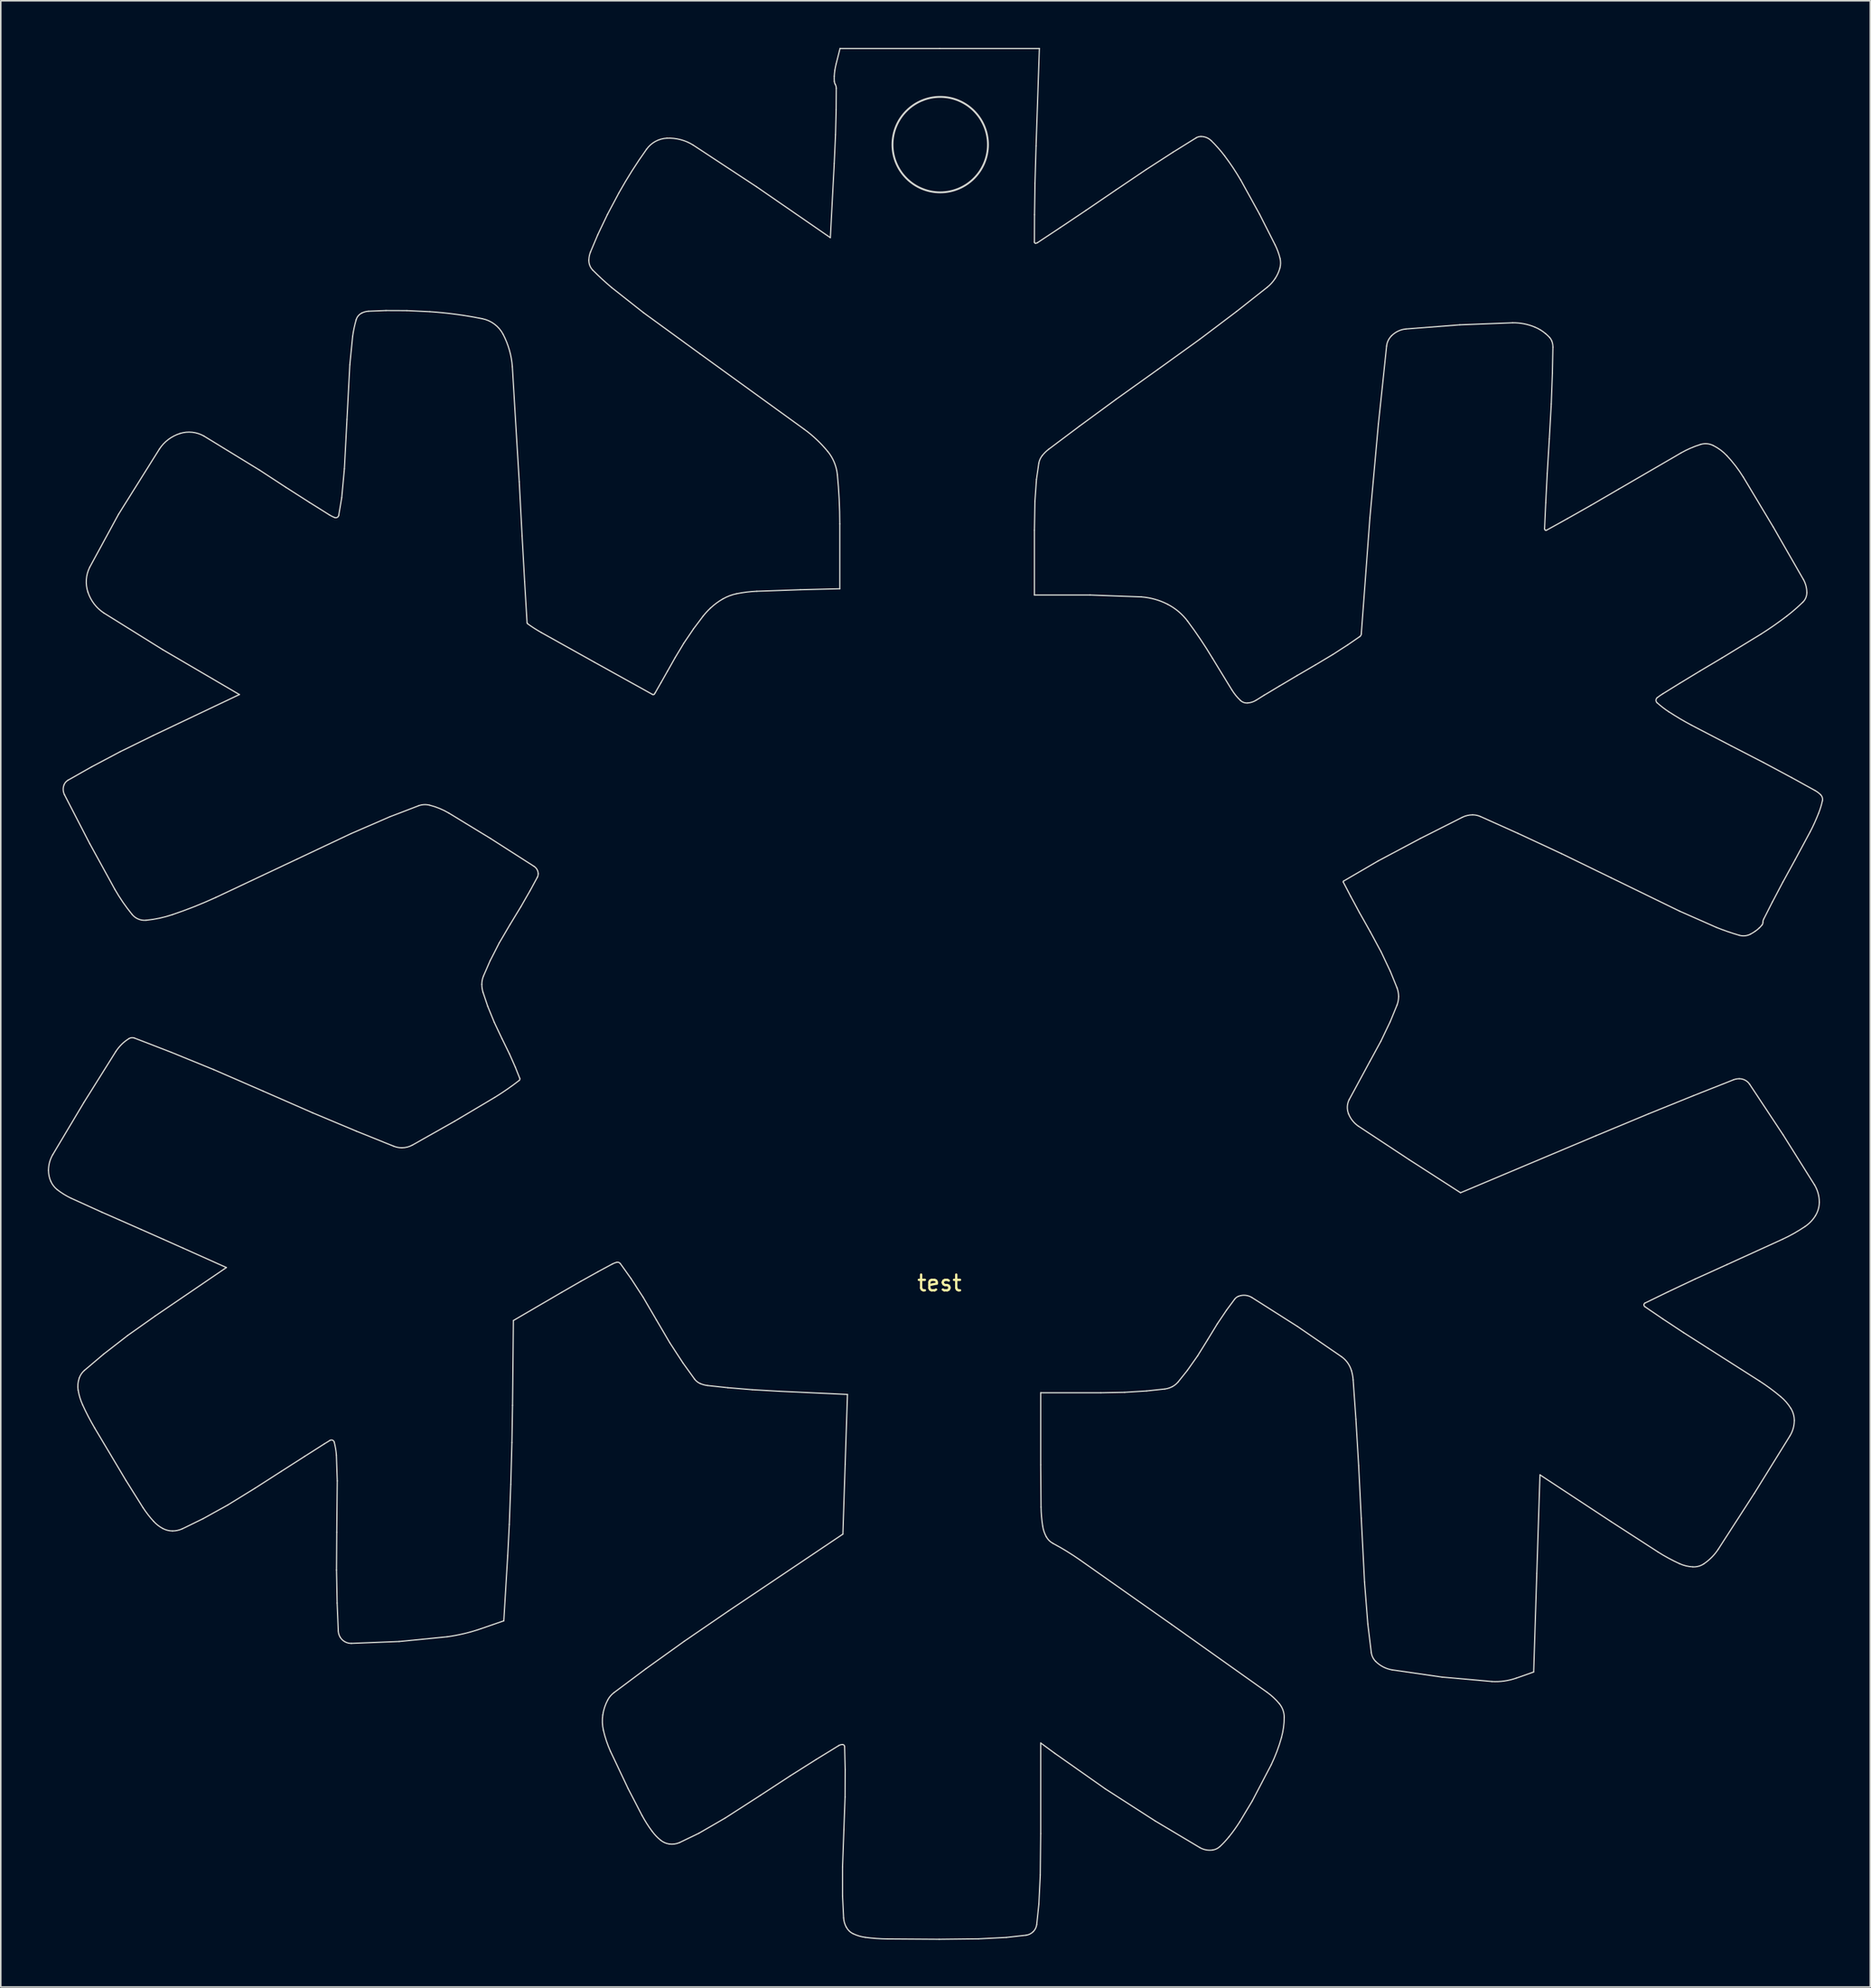
<source format=kicad_pcb>
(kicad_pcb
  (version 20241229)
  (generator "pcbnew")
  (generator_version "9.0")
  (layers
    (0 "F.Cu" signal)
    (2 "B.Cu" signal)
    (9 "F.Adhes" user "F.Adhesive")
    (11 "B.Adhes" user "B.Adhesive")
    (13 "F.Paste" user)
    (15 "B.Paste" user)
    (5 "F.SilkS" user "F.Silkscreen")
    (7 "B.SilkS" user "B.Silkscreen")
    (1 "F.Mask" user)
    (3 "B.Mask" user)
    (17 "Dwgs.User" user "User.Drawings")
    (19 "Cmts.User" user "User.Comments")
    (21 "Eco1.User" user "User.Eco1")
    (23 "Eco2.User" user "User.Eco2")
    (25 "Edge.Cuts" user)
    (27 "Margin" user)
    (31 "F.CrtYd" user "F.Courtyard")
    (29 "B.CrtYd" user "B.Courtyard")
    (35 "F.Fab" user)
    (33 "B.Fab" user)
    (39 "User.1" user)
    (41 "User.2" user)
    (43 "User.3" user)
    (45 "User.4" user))
  (footprint "test"
    (layer "F.Cu")
    (at 56.789 79.16)
    (property "Reference" "test" (at 0 -0.5 0) (unlocked yes) (layer "F.SilkS") (effects (font (size 1 1) (thickness 0.15))))
    (attr smd)
    (fp_line (start -55.731 -31.601) (end -54.121 -28.485) (stroke (width 0.08) (type solid)) (layer "Edge.Cuts"))
    (fp_line (start -55.315 -5.911) (end -53.349 -5.018) (stroke (width 0.08) (type solid)) (layer "Edge.Cuts"))
    (fp_line (start -54.497 -12.004) (end -56.477 -8.686) (stroke (width 0.08) (type solid)) (layer "Edge.Cuts"))
    (fp_line (start -54.121 -28.485) (end -52.521 -25.573) (stroke (width 0.08) (type solid)) (layer "Edge.Cuts"))
    (fp_line (start -54.005 -33.378) (end -55.507 -32.527) (stroke (width 0.08) (type solid)) (layer "Edge.Cuts"))
    (fp_line (start -53.808 8.725) (end -51.811 12.072) (stroke (width 0.08) (type solid)) (layer "Edge.Cuts"))
    (fp_line (start -53.349 -5.018) (end -52.232 -4.528) (stroke (width 0.08) (type solid)) (layer "Edge.Cuts"))
    (fp_line (start -53.245 4.025) (end -54.468 5.061) (stroke (width 0.08) (type solid)) (layer "Edge.Cuts"))
    (fp_line (start -53.227 -43.177) (end -49.47 -40.837) (stroke (width 0.08) (type solid)) (layer "Edge.Cuts"))
    (fp_line (start -52.463 -15.248) (end -54.497 -12.004) (stroke (width 0.08) (type solid)) (layer "Edge.Cuts"))
    (fp_line (start -52.287 -49.464) (end -54.127 -46.085) (stroke (width 0.08) (type solid)) (layer "Edge.Cuts"))
    (fp_line (start -52.232 -4.528) (end -50.842 -3.915) (stroke (width 0.08) (type solid)) (layer "Edge.Cuts"))
    (fp_line (start -52.188 -34.34) (end -54.005 -33.378) (stroke (width 0.08) (type solid)) (layer "Edge.Cuts"))
    (fp_line (start -51.811 12.072) (end -50.733 13.791) (stroke (width 0.08) (type solid)) (layer "Edge.Cuts"))
    (fp_line (start -51.713 2.837) (end -53.245 4.025) (stroke (width 0.08) (type solid)) (layer "Edge.Cuts"))
    (fp_line (start -50.842 -3.915) (end -49.417 -3.283) (stroke (width 0.08) (type solid)) (layer "Edge.Cuts"))
    (fp_line (start -50.073 -35.378) (end -52.188 -34.34) (stroke (width 0.08) (type solid)) (layer "Edge.Cuts"))
    (fp_line (start -49.954 1.592) (end -51.713 2.837) (stroke (width 0.08) (type solid)) (layer "Edge.Cuts"))
    (fp_line (start -49.684 -53.617) (end -52.287 -49.464) (stroke (width 0.08) (type solid)) (layer "Edge.Cuts"))
    (fp_line (start -49.47 -40.837) (end -44.592 -37.982) (stroke (width 0.08) (type solid)) (layer "Edge.Cuts"))
    (fp_line (start -49.417 -3.283) (end -48.184 -2.733) (stroke (width 0.08) (type solid)) (layer "Edge.Cuts"))
    (fp_line (start -48.936 -15.203) (end -51.279 -16.109) (stroke (width 0.08) (type solid)) (layer "Edge.Cuts"))
    (fp_line (start -48.226 15.144) (end -46.906 14.499) (stroke (width 0.08) (type solid)) (layer "Edge.Cuts"))
    (fp_line (start -48.184 -2.733) (end -45.419 -1.495) (stroke (width 0.08) (type solid)) (layer "Edge.Cuts"))
    (fp_line (start -46.906 14.499) (end -45.324 13.623) (stroke (width 0.08) (type solid)) (layer "Edge.Cuts"))
    (fp_line (start -46.223 -14.096) (end -48.936 -15.203) (stroke (width 0.08) (type solid)) (layer "Edge.Cuts"))
    (fp_line (start -46.09 -25.064) (end -40.922 -27.501) (stroke (width 0.08) (type solid)) (layer "Edge.Cuts"))
    (fp_line (start -45.419 -1.495) (end -49.954 1.592) (stroke (width 0.08) (type solid)) (layer "Edge.Cuts"))
    (fp_line (start -45.324 13.623) (end -43.588 12.553) (stroke (width 0.08) (type solid)) (layer "Edge.Cuts"))
    (fp_line (start -44.592 -37.982) (end -50.073 -35.378) (stroke (width 0.08) (type solid)) (layer "Edge.Cuts"))
    (fp_line (start -43.588 12.553) (end -41.925 11.486) (stroke (width 0.08) (type solid)) (layer "Edge.Cuts"))
    (fp_line (start -43.312 -52.277) (end -46.848 -54.442) (stroke (width 0.08) (type solid)) (layer "Edge.Cuts"))
    (fp_line (start -43.085 -12.731) (end -46.223 -14.096) (stroke (width 0.08) (type solid)) (layer "Edge.Cuts"))
    (fp_line (start -41.925 11.486) (end -40.439 10.535) (stroke (width 0.08) (type solid)) (layer "Edge.Cuts"))
    (fp_line (start -41.628 -51.177) (end -43.312 -52.277) (stroke (width 0.08) (type solid)) (layer "Edge.Cuts"))
    (fp_line (start -40.922 -27.501) (end -37.479 -29.127) (stroke (width 0.08) (type solid)) (layer "Edge.Cuts"))
    (fp_line (start -40.439 10.535) (end -39.184 9.736) (stroke (width 0.08) (type solid)) (layer "Edge.Cuts"))
    (fp_line (start -40.129 -50.219) (end -41.628 -51.177) (stroke (width 0.08) (type solid)) (layer "Edge.Cuts"))
    (fp_line (start -39.925 -11.347) (end -43.085 -12.731) (stroke (width 0.08) (type solid)) (layer "Edge.Cuts"))
    (fp_line (start -39.184 9.736) (end -38.82 9.511) (stroke (width 0.08) (type solid)) (layer "Edge.Cuts"))
    (fp_line (start -38.852 -49.419) (end -40.129 -50.219) (stroke (width 0.08) (type solid)) (layer "Edge.Cuts"))
    (fp_line (start -38.412 10.456) (end -38.356 12.089) (stroke (width 0.08) (type solid)) (layer "Edge.Cuts"))
    (fp_line (start -38.404 17.765) (end -38.364 19.873) (stroke (width 0.08) (type solid)) (layer "Edge.Cuts"))
    (fp_line (start -38.389 15.364) (end -38.404 17.765) (stroke (width 0.08) (type solid)) (layer "Edge.Cuts"))
    (fp_line (start -38.364 19.873) (end -38.291 21.648) (stroke (width 0.08) (type solid)) (layer "Edge.Cuts"))
    (fp_line (start -38.356 12.089) (end -38.389 15.364) (stroke (width 0.08) (type solid)) (layer "Edge.Cuts"))
    (fp_line (start -38.073 -50.518) (end -38.261 -49.393) (stroke (width 0.08) (type solid)) (layer "Edge.Cuts"))
    (fp_line (start -37.903 -52.357) (end -38.073 -50.518) (stroke (width 0.08) (type solid)) (layer "Edge.Cuts"))
    (fp_line (start -37.737 -55.506) (end -37.903 -52.357) (stroke (width 0.08) (type solid)) (layer "Edge.Cuts"))
    (fp_line (start -37.556 -58.984) (end -37.737 -55.506) (stroke (width 0.08) (type solid)) (layer "Edge.Cuts"))
    (fp_line (start -37.479 -29.127) (end -34.994 -30.205) (stroke (width 0.08) (type solid)) (layer "Edge.Cuts"))
    (fp_line (start -37.457 22.44) (end -34.413 22.319) (stroke (width 0.08) (type solid)) (layer "Edge.Cuts"))
    (fp_line (start -37.378 -60.792) (end -37.556 -58.984) (stroke (width 0.08) (type solid)) (layer "Edge.Cuts"))
    (fp_line (start -37.144 -10.181) (end -39.925 -11.347) (stroke (width 0.08) (type solid)) (layer "Edge.Cuts"))
    (fp_line (start -35.256 -62.434) (end -36.363 -62.391) (stroke (width 0.08) (type solid)) (layer "Edge.Cuts"))
    (fp_line (start -34.994 -30.205) (end -33.169 -30.904) (stroke (width 0.08) (type solid)) (layer "Edge.Cuts"))
    (fp_line (start -34.762 -9.22) (end -37.144 -10.181) (stroke (width 0.08) (type solid)) (layer "Edge.Cuts"))
    (fp_line (start -34.413 22.319) (end -31.354 22.018) (stroke (width 0.08) (type solid)) (layer "Edge.Cuts"))
    (fp_line (start -33.92 -62.429) (end -35.256 -62.434) (stroke (width 0.08) (type solid)) (layer "Edge.Cuts"))
    (fp_line (start -32.46 -62.36) (end -33.92 -62.429) (stroke (width 0.08) (type solid)) (layer "Edge.Cuts"))
    (fp_line (start -31.247 -30.433) (end -28.591 -28.814) (stroke (width 0.08) (type solid)) (layer "Edge.Cuts"))
    (fp_line (start -30.881 -10.811) (end -33.566 -9.295) (stroke (width 0.08) (type solid)) (layer "Edge.Cuts"))
    (fp_line (start -29.215 21.509) (end -27.749 21.003) (stroke (width 0.08) (type solid)) (layer "Edge.Cuts"))
    (fp_line (start -29.072 -19.017) (end -28.772 -18.131) (stroke (width 0.08) (type solid)) (layer "Edge.Cuts"))
    (fp_line (start -28.772 -18.131) (end -28.357 -17.111) (stroke (width 0.08) (type solid)) (layer "Edge.Cuts"))
    (fp_line (start -28.62 -21.029) (end -29.048 -20.05) (stroke (width 0.08) (type solid)) (layer "Edge.Cuts"))
    (fp_line (start -28.591 -28.814) (end -25.817 -27.038) (stroke (width 0.08) (type solid)) (layer "Edge.Cuts"))
    (fp_line (start -28.357 -17.111) (end -27.866 -16.076) (stroke (width 0.08) (type solid)) (layer "Edge.Cuts"))
    (fp_line (start -28.323 -12.331) (end -30.881 -10.811) (stroke (width 0.08) (type solid)) (layer "Edge.Cuts"))
    (fp_line (start -28.038 -22.167) (end -28.62 -21.029) (stroke (width 0.08) (type solid)) (layer "Edge.Cuts"))
    (fp_line (start -27.866 -16.076) (end -27.388 -15.098) (stroke (width 0.08) (type solid)) (layer "Edge.Cuts"))
    (fp_line (start -27.749 21.003) (end -27.498 16.841) (stroke (width 0.08) (type solid)) (layer "Edge.Cuts"))
    (fp_line (start -27.498 16.841) (end -27.398 14.864) (stroke (width 0.08) (type solid)) (layer "Edge.Cuts"))
    (fp_line (start -27.398 14.864) (end -27.305 12.316) (stroke (width 0.08) (type solid)) (layer "Edge.Cuts"))
    (fp_line (start -27.388 -15.098) (end -27.014 -14.252) (stroke (width 0.08) (type solid)) (layer "Edge.Cuts"))
    (fp_line (start -27.349 -23.341) (end -28.038 -22.167) (stroke (width 0.08) (type solid)) (layer "Edge.Cuts"))
    (fp_line (start -27.305 12.316) (end -27.232 9.651) (stroke (width 0.08) (type solid)) (layer "Edge.Cuts"))
    (fp_line (start -27.232 9.651) (end -27.193 7.28) (stroke (width 0.08) (type solid)) (layer "Edge.Cuts"))
    (fp_line (start -27.193 7.28) (end -27.139 1.88) (stroke (width 0.08) (type solid)) (layer "Edge.Cuts"))
    (fp_line (start -27.139 1.88) (end -24.055 0.08) (stroke (width 0.08) (type solid)) (layer "Edge.Cuts"))
    (fp_line (start -27.014 -14.252) (end -26.73 -13.54) (stroke (width 0.08) (type solid)) (layer "Edge.Cuts"))
    (fp_line (start -26.765 -51.535) (end -27.205 -58.851) (stroke (width 0.08) (type solid)) (layer "Edge.Cuts"))
    (fp_line (start -26.66 -24.473) (end -27.349 -23.341) (stroke (width 0.08) (type solid)) (layer "Edge.Cuts"))
    (fp_line (start -26.585 -48.085) (end -26.765 -51.535) (stroke (width 0.08) (type solid)) (layer "Edge.Cuts"))
    (fp_line (start -26.421 -45.171) (end -26.585 -48.085) (stroke (width 0.08) (type solid)) (layer "Edge.Cuts"))
    (fp_line (start -26.266 -42.555) (end -26.421 -45.171) (stroke (width 0.08) (type solid)) (layer "Edge.Cuts"))
    (fp_line (start -26.08 -25.482) (end -26.66 -24.473) (stroke (width 0.08) (type solid)) (layer "Edge.Cuts"))
    (fp_line (start -25.612 -26.343) (end -26.08 -25.482) (stroke (width 0.08) (type solid)) (layer "Edge.Cuts"))
    (fp_line (start -24.055 0.08) (end -22.844 -0.617) (stroke (width 0.08) (type solid)) (layer "Edge.Cuts"))
    (fp_line (start -22.844 -0.617) (end -21.756 -1.223) (stroke (width 0.08) (type solid)) (layer "Edge.Cuts"))
    (fp_line (start -21.972 -40.039) (end -25.359 -41.93) (stroke (width 0.08) (type solid)) (layer "Edge.Cuts"))
    (fp_line (start -21.763 -67.262) (end -22.226 -66.163) (stroke (width 0.08) (type solid)) (layer "Edge.Cuts"))
    (fp_line (start -21.756 -1.223) (end -20.834 -1.721) (stroke (width 0.08) (type solid)) (layer "Edge.Cuts"))
    (fp_line (start -21.147 -68.554) (end -21.763 -67.262) (stroke (width 0.08) (type solid)) (layer "Edge.Cuts"))
    (fp_line (start -20.952 29.315) (end -19.833 31.68) (stroke (width 0.08) (type solid)) (layer "Edge.Cuts"))
    (fp_line (start -20.876 -63.897) (end -18.852 -62.299) (stroke (width 0.08) (type solid)) (layer "Edge.Cuts"))
    (fp_line (start -20.421 -69.92) (end -21.147 -68.554) (stroke (width 0.08) (type solid)) (layer "Edge.Cuts"))
    (fp_line (start -20.325 -1.745) (end -19.648 -0.796) (stroke (width 0.08) (type solid)) (layer "Edge.Cuts"))
    (fp_line (start -19.833 31.68) (end -18.944 33.396) (stroke (width 0.08) (type solid)) (layer "Edge.Cuts"))
    (fp_line (start -19.648 -0.796) (end -18.873 0.398) (stroke (width 0.08) (type solid)) (layer "Edge.Cuts"))
    (fp_line (start -18.873 0.398) (end -18.031 1.836) (stroke (width 0.08) (type solid)) (layer "Edge.Cuts"))
    (fp_line (start -18.852 -62.299) (end -15.249 -59.677) (stroke (width 0.08) (type solid)) (layer "Edge.Cuts"))
    (fp_line (start -18.695 24.054) (end -20.728 25.574) (stroke (width 0.08) (type solid)) (layer "Edge.Cuts"))
    (fp_line (start -18.268 -37.983) (end -21.972 -40.039) (stroke (width 0.08) (type solid)) (layer "Edge.Cuts"))
    (fp_line (start -18.031 1.836) (end -17.171 3.302) (stroke (width 0.08) (type solid)) (layer "Edge.Cuts"))
    (fp_line (start -17.738 -38.736) (end -18.103 -38.096) (stroke (width 0.08) (type solid)) (layer "Edge.Cuts"))
    (fp_line (start -17.319 -39.474) (end -17.738 -38.736) (stroke (width 0.08) (type solid)) (layer "Edge.Cuts"))
    (fp_line (start -17.171 3.302) (end -16.335 4.584) (stroke (width 0.08) (type solid)) (layer "Edge.Cuts"))
    (fp_line (start -16.837 -40.329) (end -17.319 -39.474) (stroke (width 0.08) (type solid)) (layer "Edge.Cuts"))
    (fp_line (start -16.554 35.123) (end -15.32 34.528) (stroke (width 0.08) (type solid)) (layer "Edge.Cuts"))
    (fp_line (start -16.335 4.584) (end -15.597 5.61) (stroke (width 0.08) (type solid)) (layer "Edge.Cuts"))
    (fp_line (start -16.287 -41.244) (end -16.837 -40.329) (stroke (width 0.08) (type solid)) (layer "Edge.Cuts"))
    (fp_line (start -16.25 22.301) (end -18.695 24.054) (stroke (width 0.08) (type solid)) (layer "Edge.Cuts"))
    (fp_line (start -15.662 -42.168) (end -16.287 -41.244) (stroke (width 0.08) (type solid)) (layer "Edge.Cuts"))
    (fp_line (start -15.32 34.528) (end -13.653 33.564) (stroke (width 0.08) (type solid)) (layer "Edge.Cuts"))
    (fp_line (start -15.249 -59.677) (end -8.611 -54.874) (stroke (width 0.08) (type solid)) (layer "Edge.Cuts"))
    (fp_line (start -15.056 -42.974) (end -15.662 -42.168) (stroke (width 0.08) (type solid)) (layer "Edge.Cuts"))
    (fp_line (start -14.768 6.018) (end -13.473 6.158) (stroke (width 0.08) (type solid)) (layer "Edge.Cuts"))
    (fp_line (start -13.653 33.564) (end -11.398 32.112) (stroke (width 0.08) (type solid)) (layer "Edge.Cuts"))
    (fp_line (start -13.473 6.158) (end -11.918 6.287) (stroke (width 0.08) (type solid)) (layer "Edge.Cuts"))
    (fp_line (start -13.43 20.37) (end -16.25 22.301) (stroke (width 0.08) (type solid)) (layer "Edge.Cuts"))
    (fp_line (start -11.918 6.287) (end -10.204 6.385) (stroke (width 0.08) (type solid)) (layer "Edge.Cuts"))
    (fp_line (start -11.658 -70.323) (end -15.687 -72.972) (stroke (width 0.08) (type solid)) (layer "Edge.Cuts"))
    (fp_line (start -11.398 32.112) (end -9.503 30.874) (stroke (width 0.08) (type solid)) (layer "Edge.Cuts"))
    (fp_line (start -10.204 6.385) (end -5.859 6.586) (stroke (width 0.08) (type solid)) (layer "Edge.Cuts"))
    (fp_line (start -9.503 30.874) (end -7.85 29.83) (stroke (width 0.08) (type solid)) (layer "Edge.Cuts"))
    (fp_line (start -8.849 -44.657) (end -11.635 -44.559) (stroke (width 0.08) (type solid)) (layer "Edge.Cuts"))
    (fp_line (start -7.85 29.83) (end -6.415 28.948) (stroke (width 0.08) (type solid)) (layer "Edge.Cuts"))
    (fp_line (start -6.949 -67.075) (end -11.658 -70.323) (stroke (width 0.08) (type solid)) (layer "Edge.Cuts"))
    (fp_line (start -6.7 -71.798) (end -6.949 -67.075) (stroke (width 0.08) (type solid)) (layer "Edge.Cuts"))
    (fp_line (start -6.618 -73.631) (end -6.7 -71.798) (stroke (width 0.08) (type solid)) (layer "Edge.Cuts"))
    (fp_line (start -6.579 -75.228) (end -6.618 -73.631) (stroke (width 0.08) (type solid)) (layer "Edge.Cuts"))
    (fp_line (start -6.57 -76.587) (end -6.579 -75.228) (stroke (width 0.08) (type solid)) (layer "Edge.Cuts"))
    (fp_line (start -6.349 -48.85) (end -6.349 -44.72) (stroke (width 0.08) (type solid)) (layer "Edge.Cuts"))
    (fp_line (start -6.349 -44.72) (end -8.849 -44.657) (stroke (width 0.08) (type solid)) (layer "Edge.Cuts"))
    (fp_line (start -6.334 -79.12) (end -6.579 -78.143) (stroke (width 0.08) (type solid)) (layer "Edge.Cuts"))
    (fp_line (start -6.171 36.675) (end -6.171 38.526) (stroke (width 0.08) (type solid)) (layer "Edge.Cuts"))
    (fp_line (start -6.171 38.526) (end -6.103 39.922) (stroke (width 0.08) (type solid)) (layer "Edge.Cuts"))
    (fp_line (start -6.149 15.48) (end -13.43 20.37) (stroke (width 0.08) (type solid)) (layer "Edge.Cuts"))
    (fp_line (start -6.085 34.309) (end -6.171 36.675) (stroke (width 0.08) (type solid)) (layer "Edge.Cuts"))
    (fp_line (start -6.038 29.01) (end -6.003 30.471) (stroke (width 0.08) (type solid)) (layer "Edge.Cuts"))
    (fp_line (start -6.01 32.223) (end -6.085 34.309) (stroke (width 0.08) (type solid)) (layer "Edge.Cuts"))
    (fp_line (start -6.004 11.033) (end -6.149 15.48) (stroke (width 0.08) (type solid)) (layer "Edge.Cuts"))
    (fp_line (start -6.003 30.471) (end -6.01 32.223) (stroke (width 0.08) (type solid)) (layer "Edge.Cuts"))
    (fp_line (start -5.859 6.586) (end -6.004 11.033) (stroke (width 0.08) (type solid)) (layer "Edge.Cuts"))
    (fp_line (start -3.301 41.259) (end -0.015 41.28) (stroke (width 0.08) (type solid)) (layer "Edge.Cuts"))
    (fp_line (start -0.015 41.28) (end 2.486 41.253) (stroke (width 0.08) (type solid)) (layer "Edge.Cuts"))
    (fp_line (start 0.016 -79.12) (end -6.334 -79.12) (stroke (width 0.08) (type solid)) (layer "Edge.Cuts"))
    (fp_line (start 2.486 41.253) (end 4.261 41.163) (stroke (width 0.08) (type solid)) (layer "Edge.Cuts"))
    (fp_line (start 4.261 41.163) (end 5.522 41.024) (stroke (width 0.08) (type solid)) (layer "Edge.Cuts"))
    (fp_line (start 6.05 -66.79) (end 6.057 -68.541) (stroke (width 0.08) (type solid)) (layer "Edge.Cuts"))
    (fp_line (start 6.051 -48.444) (end 6.081 -50.272) (stroke (width 0.08) (type solid)) (layer "Edge.Cuts"))
    (fp_line (start 6.051 -44.32) (end 6.051 -48.444) (stroke (width 0.08) (type solid)) (layer "Edge.Cuts"))
    (fp_line (start 6.057 -68.541) (end 6.086 -70.543) (stroke (width 0.08) (type solid)) (layer "Edge.Cuts"))
    (fp_line (start 6.081 -50.272) (end 6.179 -51.677) (stroke (width 0.08) (type solid)) (layer "Edge.Cuts"))
    (fp_line (start 6.086 -70.543) (end 6.154 -72.92) (stroke (width 0.08) (type solid)) (layer "Edge.Cuts"))
    (fp_line (start 6.154 -72.92) (end 6.366 -79.12) (stroke (width 0.08) (type solid)) (layer "Edge.Cuts"))
    (fp_line (start 6.179 -51.677) (end 6.329 -52.712) (stroke (width 0.08) (type solid)) (layer "Edge.Cuts"))
    (fp_line (start 6.196 40.344) (end 6.334 39.035) (stroke (width 0.08) (type solid)) (layer "Edge.Cuts"))
    (fp_line (start 6.334 39.035) (end 6.424 37.184) (stroke (width 0.08) (type solid)) (layer "Edge.Cuts"))
    (fp_line (start 6.366 -79.12) (end 0.016 -79.12) (stroke (width 0.08) (type solid)) (layer "Edge.Cuts"))
    (fp_line (start 6.424 37.184) (end 6.451 34.551) (stroke (width 0.08) (type solid)) (layer "Edge.Cuts"))
    (fp_line (start 6.451 6.48) (end 10.277 6.48) (stroke (width 0.08) (type solid)) (layer "Edge.Cuts"))
    (fp_line (start 6.451 11.066) (end 6.451 6.48) (stroke (width 0.08) (type solid)) (layer "Edge.Cuts"))
    (fp_line (start 6.451 28.782) (end 7.351 29.442) (stroke (width 0.08) (type solid)) (layer "Edge.Cuts"))
    (fp_line (start 6.451 34.551) (end 6.451 28.782) (stroke (width 0.08) (type solid)) (layer "Edge.Cuts"))
    (fp_line (start 6.473 13.758) (end 6.451 11.066) (stroke (width 0.08) (type solid)) (layer "Edge.Cuts"))
    (fp_line (start 6.962 -53.604) (end 8.917 -55.071) (stroke (width 0.08) (type solid)) (layer "Edge.Cuts"))
    (fp_line (start 7.351 29.442) (end 10.569 31.706) (stroke (width 0.08) (type solid)) (layer "Edge.Cuts"))
    (fp_line (start 7.7 -67.719) (end 6.248 -66.759) (stroke (width 0.08) (type solid)) (layer "Edge.Cuts"))
    (fp_line (start 8.917 -55.071) (end 11.242 -56.776) (stroke (width 0.08) (type solid)) (layer "Edge.Cuts"))
    (fp_line (start 9.339 -68.817) (end 7.7 -67.719) (stroke (width 0.08) (type solid)) (layer "Edge.Cuts"))
    (fp_line (start 9.591 -44.32) (end 6.051 -44.32) (stroke (width 0.08) (type solid)) (layer "Edge.Cuts"))
    (fp_line (start 10.277 6.48) (end 11.796 6.451) (stroke (width 0.08) (type solid)) (layer "Edge.Cuts"))
    (fp_line (start 10.569 31.706) (end 13.74 33.746) (stroke (width 0.08) (type solid)) (layer "Edge.Cuts"))
    (fp_line (start 11.242 -56.776) (end 13.904 -58.677) (stroke (width 0.08) (type solid)) (layer "Edge.Cuts"))
    (fp_line (start 11.251 -70.12) (end 9.339 -68.817) (stroke (width 0.08) (type solid)) (layer "Edge.Cuts"))
    (fp_line (start 11.796 6.451) (end 13.194 6.365) (stroke (width 0.08) (type solid)) (layer "Edge.Cuts"))
    (fp_line (start 12.86 -44.201) (end 9.591 -44.32) (stroke (width 0.08) (type solid)) (layer "Edge.Cuts"))
    (fp_line (start 13.183 -71.423) (end 11.251 -70.12) (stroke (width 0.08) (type solid)) (layer "Edge.Cuts"))
    (fp_line (start 13.194 6.365) (end 14.353 6.242) (stroke (width 0.08) (type solid)) (layer "Edge.Cuts"))
    (fp_line (start 13.74 33.746) (end 16.581 35.44) (stroke (width 0.08) (type solid)) (layer "Edge.Cuts"))
    (fp_line (start 13.904 -58.677) (end 16.576 -60.601) (stroke (width 0.08) (type solid)) (layer "Edge.Cuts"))
    (fp_line (start 14.788 21.235) (end 8.967 17.137) (stroke (width 0.08) (type solid)) (layer "Edge.Cuts"))
    (fp_line (start 14.883 -72.521) (end 13.183 -71.423) (stroke (width 0.08) (type solid)) (layer "Edge.Cuts"))
    (fp_line (start 15.205 5.79) (end 15.796 5.051) (stroke (width 0.08) (type solid)) (layer "Edge.Cuts"))
    (fp_line (start 15.796 5.051) (end 16.448 4.125) (stroke (width 0.08) (type solid)) (layer "Edge.Cuts"))
    (fp_line (start 16.349 -73.432) (end 14.883 -72.521) (stroke (width 0.08) (type solid)) (layer "Edge.Cuts"))
    (fp_line (start 16.448 4.125) (end 17.083 3.103) (stroke (width 0.08) (type solid)) (layer "Edge.Cuts"))
    (fp_line (start 16.576 -60.601) (end 18.93 -62.379) (stroke (width 0.08) (type solid)) (layer "Edge.Cuts"))
    (fp_line (start 17.083 3.103) (end 17.697 2.096) (stroke (width 0.08) (type solid)) (layer "Edge.Cuts"))
    (fp_line (start 17.697 2.096) (end 18.287 1.22) (stroke (width 0.08) (type solid)) (layer "Edge.Cuts"))
    (fp_line (start 18.287 1.22) (end 18.806 0.518) (stroke (width 0.08) (type solid)) (layer "Edge.Cuts"))
    (fp_line (start 18.628 -38.275) (end 17.395 -40.29) (stroke (width 0.08) (type solid)) (layer "Edge.Cuts"))
    (fp_line (start 18.93 -62.379) (end 20.869 -63.909) (stroke (width 0.08) (type solid)) (layer "Edge.Cuts"))
    (fp_line (start 19.125 33.807) (end 19.923 32.48) (stroke (width 0.08) (type solid)) (layer "Edge.Cuts"))
    (fp_line (start 19.903 0.414) (end 22.81 2.261) (stroke (width 0.08) (type solid)) (layer "Edge.Cuts"))
    (fp_line (start 19.923 32.48) (end 21.13 30.175) (stroke (width 0.08) (type solid)) (layer "Edge.Cuts"))
    (fp_line (start 20.385 -68.582) (end 19.185 -70.756) (stroke (width 0.08) (type solid)) (layer "Edge.Cuts"))
    (fp_line (start 20.69 -37.944) (end 20.187 -37.631) (stroke (width 0.08) (type solid)) (layer "Edge.Cuts"))
    (fp_line (start 20.866 25.55) (end 14.788 21.235) (stroke (width 0.08) (type solid)) (layer "Edge.Cuts"))
    (fp_line (start 21.38 -66.621) (end 20.385 -68.582) (stroke (width 0.08) (type solid)) (layer "Edge.Cuts"))
    (fp_line (start 21.649 -38.518) (end 20.69 -37.944) (stroke (width 0.08) (type solid)) (layer "Edge.Cuts"))
    (fp_line (start 22.777 -39.186) (end 21.649 -38.518) (stroke (width 0.08) (type solid)) (layer "Edge.Cuts"))
    (fp_line (start 22.81 2.261) (end 25.613 4.184) (stroke (width 0.08) (type solid)) (layer "Edge.Cuts"))
    (fp_line (start 23.951 -39.871) (end 22.777 -39.186) (stroke (width 0.08) (type solid)) (layer "Edge.Cuts"))
    (fp_line (start 25.064 -40.537) (end 23.951 -39.871) (stroke (width 0.08) (type solid)) (layer "Edge.Cuts"))
    (fp_line (start 25.744 -26.105) (end 27.947 -27.388) (stroke (width 0.08) (type solid)) (layer "Edge.Cuts"))
    (fp_line (start 26.005 -41.144) (end 25.064 -40.537) (stroke (width 0.08) (type solid)) (layer "Edge.Cuts"))
    (fp_line (start 26.101 -12.188) (end 27.413 -14.612) (stroke (width 0.08) (type solid)) (layer "Edge.Cuts"))
    (fp_line (start 26.198 -25.13) (end 25.724 -26.035) (stroke (width 0.08) (type solid)) (layer "Edge.Cuts"))
    (fp_line (start 26.352 5.662) (end 26.527 8.164) (stroke (width 0.08) (type solid)) (layer "Edge.Cuts"))
    (fp_line (start 26.527 8.164) (end 26.704 11.118) (stroke (width 0.08) (type solid)) (layer "Edge.Cuts"))
    (fp_line (start 26.704 11.118) (end 26.869 14.467) (stroke (width 0.08) (type solid)) (layer "Edge.Cuts"))
    (fp_line (start 26.756 -24.095) (end 26.198 -25.13) (stroke (width 0.08) (type solid)) (layer "Edge.Cuts"))
    (fp_line (start 26.779 -41.676) (end 26.005 -41.144) (stroke (width 0.08) (type solid)) (layer "Edge.Cuts"))
    (fp_line (start 26.869 14.467) (end 27.077 18.536) (stroke (width 0.08) (type solid)) (layer "Edge.Cuts"))
    (fp_line (start 27.077 18.536) (end 27.287 21.198) (stroke (width 0.08) (type solid)) (layer "Edge.Cuts"))
    (fp_line (start 27.287 21.198) (end 27.509 23.033) (stroke (width 0.08) (type solid)) (layer "Edge.Cuts"))
    (fp_line (start 27.413 -14.612) (end 28.116 -15.902) (stroke (width 0.08) (type solid)) (layer "Edge.Cuts"))
    (fp_line (start 27.42 -49.239) (end 26.87 -41.838) (stroke (width 0.08) (type solid)) (layer "Edge.Cuts"))
    (fp_line (start 27.441 -22.879) (end 26.756 -24.095) (stroke (width 0.08) (type solid)) (layer "Edge.Cuts"))
    (fp_line (start 27.947 -27.388) (end 30.639 -28.819) (stroke (width 0.08) (type solid)) (layer "Edge.Cuts"))
    (fp_line (start 27.962 -55.219) (end 27.42 -49.239) (stroke (width 0.08) (type solid)) (layer "Edge.Cuts"))
    (fp_line (start 28.116 -15.902) (end 28.71 -17.145) (stroke (width 0.08) (type solid)) (layer "Edge.Cuts"))
    (fp_line (start 28.132 -21.599) (end 27.441 -22.879) (stroke (width 0.08) (type solid)) (layer "Edge.Cuts"))
    (fp_line (start 28.484 -60.172) (end 27.962 -55.219) (stroke (width 0.08) (type solid)) (layer "Edge.Cuts"))
    (fp_line (start 28.71 -17.145) (end 29.148 -18.208) (stroke (width 0.08) (type solid)) (layer "Edge.Cuts"))
    (fp_line (start 28.716 -20.366) (end 28.132 -21.599) (stroke (width 0.08) (type solid)) (layer "Edge.Cuts"))
    (fp_line (start 28.838 24.128) (end 32.018 24.585) (stroke (width 0.08) (type solid)) (layer "Edge.Cuts"))
    (fp_line (start 29.147 -19.309) (end 28.716 -20.366) (stroke (width 0.08) (type solid)) (layer "Edge.Cuts"))
    (fp_line (start 29.922 -8.362) (end 26.7 -10.487) (stroke (width 0.08) (type solid)) (layer "Edge.Cuts"))
    (fp_line (start 30.639 -28.819) (end 33.306 -30.166) (stroke (width 0.08) (type solid)) (layer "Edge.Cuts"))
    (fp_line (start 32.018 24.585) (end 35.191 24.868) (stroke (width 0.08) (type solid)) (layer "Edge.Cuts"))
    (fp_line (start 33.142 -61.526) (end 29.715 -61.261) (stroke (width 0.08) (type solid)) (layer "Edge.Cuts"))
    (fp_line (start 33.193 -6.257) (end 29.922 -8.362) (stroke (width 0.08) (type solid)) (layer "Edge.Cuts"))
    (fp_line (start 34.464 -30.213) (end 36.847 -29.144) (stroke (width 0.08) (type solid)) (layer "Edge.Cuts"))
    (fp_line (start 36.511 -61.655) (end 33.142 -61.526) (stroke (width 0.08) (type solid)) (layer "Edge.Cuts"))
    (fp_line (start 36.744 24.651) (end 37.851 24.262) (stroke (width 0.08) (type solid)) (layer "Edge.Cuts"))
    (fp_line (start 36.847 -29.144) (end 39.624 -27.85) (stroke (width 0.08) (type solid)) (layer "Edge.Cuts"))
    (fp_line (start 37.851 24.262) (end 38.051 17.984) (stroke (width 0.08) (type solid)) (layer "Edge.Cuts"))
    (fp_line (start 38.051 17.984) (end 38.251 11.706) (stroke (width 0.08) (type solid)) (layer "Edge.Cuts"))
    (fp_line (start 38.251 11.706) (end 42.792 14.693) (stroke (width 0.08) (type solid)) (layer "Edge.Cuts"))
    (fp_line (start 38.546 -48.547) (end 38.621 -50.2) (stroke (width 0.08) (type solid)) (layer "Edge.Cuts"))
    (fp_line (start 38.621 -50.2) (end 38.716 -52.064) (stroke (width 0.08) (type solid)) (layer "Edge.Cuts"))
    (fp_line (start 38.716 -52.064) (end 38.847 -54.26) (stroke (width 0.08) (type solid)) (layer "Edge.Cuts"))
    (fp_line (start 38.847 -54.26) (end 38.971 -56.485) (stroke (width 0.08) (type solid)) (layer "Edge.Cuts"))
    (fp_line (start 38.971 -56.485) (end 39.043 -58.445) (stroke (width 0.08) (type solid)) (layer "Edge.Cuts"))
    (fp_line (start 39.043 -58.445) (end 39.076 -60.104) (stroke (width 0.08) (type solid)) (layer "Edge.Cuts"))
    (fp_line (start 39.624 -27.85) (end 42.781 -26.315) (stroke (width 0.08) (type solid)) (layer "Edge.Cuts"))
    (fp_line (start 39.996 -49.182) (end 38.665 -48.444) (stroke (width 0.08) (type solid)) (layer "Edge.Cuts"))
    (fp_line (start 41.498 -50.032) (end 39.996 -49.182) (stroke (width 0.08) (type solid)) (layer "Edge.Cuts"))
    (fp_line (start 41.82 -9.888) (end 33.193 -6.257) (stroke (width 0.08) (type solid)) (layer "Edge.Cuts"))
    (fp_line (start 42.781 -26.315) (end 47.141 -24.191) (stroke (width 0.08) (type solid)) (layer "Edge.Cuts"))
    (fp_line (start 42.792 14.693) (end 45.775 16.622) (stroke (width 0.08) (type solid)) (layer "Edge.Cuts"))
    (fp_line (start 43.264 -51.06) (end 41.498 -50.032) (stroke (width 0.08) (type solid)) (layer "Edge.Cuts"))
    (fp_line (start 44.942 0.767) (end 46.425 0.045) (stroke (width 0.08) (type solid)) (layer "Edge.Cuts"))
    (fp_line (start 45.162 -11.28) (end 41.82 -9.888) (stroke (width 0.08) (type solid)) (layer "Edge.Cuts"))
    (fp_line (start 46.074 1.775) (end 44.937 1.001) (stroke (width 0.08) (type solid)) (layer "Edge.Cuts"))
    (fp_line (start 46.086 -38.037) (end 47.154 -38.697) (stroke (width 0.08) (type solid)) (layer "Edge.Cuts"))
    (fp_line (start 46.425 0.045) (end 48.133 -0.761) (stroke (width 0.08) (type solid)) (layer "Edge.Cuts"))
    (fp_line (start 47.141 -24.191) (end 49.487 -23.156) (stroke (width 0.08) (type solid)) (layer "Edge.Cuts"))
    (fp_line (start 47.154 -38.697) (end 48.434 -39.474) (stroke (width 0.08) (type solid)) (layer "Edge.Cuts"))
    (fp_line (start 47.23 -53.364) (end 43.264 -51.06) (stroke (width 0.08) (type solid)) (layer "Edge.Cuts"))
    (fp_line (start 47.395 2.648) (end 46.074 1.775) (stroke (width 0.08) (type solid)) (layer "Edge.Cuts"))
    (fp_line (start 48.06 -12.453) (end 45.162 -11.28) (stroke (width 0.08) (type solid)) (layer "Edge.Cuts"))
    (fp_line (start 48.133 -0.761) (end 50.161 -1.681) (stroke (width 0.08) (type solid)) (layer "Edge.Cuts"))
    (fp_line (start 48.434 -39.474) (end 49.851 -40.317) (stroke (width 0.08) (type solid)) (layer "Edge.Cuts"))
    (fp_line (start 48.962 3.647) (end 47.395 2.648) (stroke (width 0.08) (type solid)) (layer "Edge.Cuts"))
    (fp_line (start 49.605 16.449) (end 51.903 12.889) (stroke (width 0.08) (type solid)) (layer "Edge.Cuts"))
    (fp_line (start 49.851 -40.317) (end 52.341 -41.838) (stroke (width 0.08) (type solid)) (layer "Edge.Cuts"))
    (fp_line (start 50.161 -1.681) (end 53.705 -3.297) (stroke (width 0.08) (type solid)) (layer "Edge.Cuts"))
    (fp_line (start 50.444 -34.709) (end 47.898 -36.034) (stroke (width 0.08) (type solid)) (layer "Edge.Cuts"))
    (fp_line (start 50.578 -13.449) (end 48.06 -12.453) (stroke (width 0.08) (type solid)) (layer "Edge.Cuts"))
    (fp_line (start 51.903 12.889) (end 54.177 9.222) (stroke (width 0.08) (type solid)) (layer "Edge.Cuts"))
    (fp_line (start 52.236 5.733) (end 48.962 3.647) (stroke (width 0.08) (type solid)) (layer "Edge.Cuts"))
    (fp_line (start 52.486 -33.655) (end 50.444 -34.709) (stroke (width 0.08) (type solid)) (layer "Edge.Cuts"))
    (fp_line (start 52.504 -23.685) (end 53.056 -24.771) (stroke (width 0.08) (type solid)) (layer "Edge.Cuts"))
    (fp_line (start 53.056 -24.771) (end 53.721 -26.033) (stroke (width 0.08) (type solid)) (layer "Edge.Cuts"))
    (fp_line (start 53.106 -48.661) (end 51.204 -51.829) (stroke (width 0.08) (type solid)) (layer "Edge.Cuts"))
    (fp_line (start 53.721 -26.033) (end 54.51 -27.471) (stroke (width 0.08) (type solid)) (layer "Edge.Cuts"))
    (fp_line (start 53.739 -9.946) (end 51.607 -13.167) (stroke (width 0.08) (type solid)) (layer "Edge.Cuts"))
    (fp_line (start 54.278 -32.696) (end 52.486 -33.655) (stroke (width 0.08) (type solid)) (layer "Edge.Cuts"))
    (fp_line (start 54.51 -27.471) (end 55.466 -29.246) (stroke (width 0.08) (type solid)) (layer "Edge.Cuts"))
    (fp_line (start 55.029 -45.313) (end 53.106 -48.661) (stroke (width 0.08) (type solid)) (layer "Edge.Cuts"))
    (fp_line (start 55.739 -6.759) (end 53.739 -9.946) (stroke (width 0.08) (type solid)) (layer "Edge.Cuts"))
    (fp_line (start 55.781 -31.865) (end 54.278 -32.696) (stroke (width 0.08) (type solid)) (layer "Edge.Cuts"))
    (fp_arc (start -56.748925 -7.68053) (mid -56.679848 -8.201123) (end -56.4774 -8.685688) (stroke (width 0.08) (type solid)) (layer "Edge.Cuts"))
    (fp_arc (start -56.602167 -6.981628) (mid -56.71184 -7.323458) (end -56.748925 -7.68053) (stroke (width 0.08) (type solid)) (layer "Edge.Cuts"))
    (fp_arc (start -56.19015 -6.450926) (mid -56.428991 -6.690787) (end -56.602167 -6.981628) (stroke (width 0.08) (type solid)) (layer "Edge.Cuts"))
    (fp_arc (start -55.763673 -32.225806) (mid -55.66116 -32.398288) (end -55.507049 -32.526776) (stroke (width 0.08) (type solid)) (layer "Edge.Cuts"))
    (fp_arc (start -55.731336 -31.600718) (mid -55.81381 -31.909832) (end -55.763673 -32.225806) (stroke (width 0.08) (type solid)) (layer "Edge.Cuts"))
    (fp_arc (start -55.315273 -5.910938) (mid -55.767774 -6.156529) (end -56.19015 -6.450926) (stroke (width 0.08) (type solid)) (layer "Edge.Cuts"))
    (fp_arc (start -54.859504 6.314708) (mid -54.873153 5.921109) (end -54.789506 5.53626) (stroke (width 0.08) (type solid)) (layer "Edge.Cuts"))
    (fp_arc (start -54.789506 5.53626) (mid -54.659498 5.277863) (end -54.468366 5.060748) (stroke (width 0.08) (type solid)) (layer "Edge.Cuts"))
    (fp_arc (start -54.579175 7.242934) (mid -54.750558 6.788249) (end -54.859504 6.314708) (stroke (width 0.08) (type solid)) (layer "Edge.Cuts"))
    (fp_arc (start -54.239912 -44.507694) (mid -54.337901 -45.307624) (end -54.126503 -46.085313) (stroke (width 0.08) (type solid)) (layer "Edge.Cuts"))
    (fp_arc (start -53.807827 8.724596) (mid -54.212904 7.993866) (end -54.579175 7.242934) (stroke (width 0.08) (type solid)) (layer "Edge.Cuts"))
    (fp_arc (start -53.227063 -43.177191) (mid -53.846012 -43.756783) (end -54.239912 -44.507694) (stroke (width 0.08) (type solid)) (layer "Edge.Cuts"))
    (fp_arc (start -52.463205 -15.247894) (mid -52.087821 -15.709234) (end -51.619771 -16.076214) (stroke (width 0.08) (type solid)) (layer "Edge.Cuts"))
    (fp_arc (start -51.619771 -16.076214) (mid -51.452961 -16.132237) (end -51.27858 -16.108611) (stroke (width 0.08) (type solid)) (layer "Edge.Cuts"))
    (fp_arc (start -51.426193 -23.98088) (mid -52.006338 -24.75423) (end -52.521067 -25.572578) (stroke (width 0.08) (type solid)) (layer "Edge.Cuts"))
    (fp_arc (start -50.530657 -23.608657) (mid -51.025168 -23.682301) (end -51.426193 -23.98088) (stroke (width 0.08) (type solid)) (layer "Edge.Cuts"))
    (fp_arc (start -50.044855 14.67702) (mid -50.407821 14.248783) (end -50.733312 13.791413) (stroke (width 0.08) (type solid)) (layer "Edge.Cuts"))
    (fp_arc (start -49.684282 -53.617111) (mid -49.115281 -54.224188) (end -48.375367 -54.604766) (stroke (width 0.08) (type solid)) (layer "Edge.Cuts"))
    (fp_arc (start -49.467174 15.12464) (mid -49.774658 14.92489) (end -50.044855 14.67702) (stroke (width 0.08) (type solid)) (layer "Edge.Cuts"))
    (fp_arc (start -48.858691 -23.966466) (mid -49.684595 -23.740465) (end -50.530657 -23.608657) (stroke (width 0.08) (type solid)) (layer "Edge.Cuts"))
    (fp_arc (start -48.849773 15.28) (mid -49.168093 15.240554) (end -49.467174 15.12464) (stroke (width 0.08) (type solid)) (layer "Edge.Cuts"))
    (fp_arc (start -48.375367 -54.604766) (mid -47.594515 -54.682137) (end -46.847517 -54.441918) (stroke (width 0.08) (type solid)) (layer "Edge.Cuts"))
    (fp_arc (start -48.225827 15.143654) (mid -48.530439 15.245508) (end -48.849773 15.28) (stroke (width 0.08) (type solid)) (layer "Edge.Cuts"))
    (fp_arc (start -46.090414 -25.064052) (mid -47.459704 -24.477809) (end -48.858691 -23.966466) (stroke (width 0.08) (type solid)) (layer "Edge.Cuts"))
    (fp_arc (start -38.81955 9.511455) (mid -38.657484 9.499483) (end -38.550578 9.621831) (stroke (width 0.08) (type solid)) (layer "Edge.Cuts"))
    (fp_arc (start -38.550578 9.621831) (mid -38.462449 10.03573) (end -38.412269 10.455922) (stroke (width 0.08) (type solid)) (layer "Edge.Cuts"))
    (fp_arc (start -38.519033 -49.25318) (mid -38.689677 -49.328155) (end -38.852421 -49.419012) (stroke (width 0.08) (type solid)) (layer "Edge.Cuts"))
    (fp_arc (start -38.261153 -49.393452) (mid -38.357733 -49.26382) (end -38.519033 -49.25318) (stroke (width 0.08) (type solid)) (layer "Edge.Cuts"))
    (fp_arc (start -38.165646 22.052945) (mid -38.254206 21.858474) (end -38.291411 21.648049) (stroke (width 0.08) (type solid)) (layer "Edge.Cuts"))
    (fp_arc (start -37.456731 22.439742) (mid -37.862401 22.340206) (end -38.165646 22.052945) (stroke (width 0.08) (type solid)) (layer "Edge.Cuts"))
    (fp_arc (start -37.378037 -60.792118) (mid -37.284648 -61.322892) (end -37.153158 -61.845532) (stroke (width 0.08) (type solid)) (layer "Edge.Cuts"))
    (fp_arc (start -37.153158 -61.845532) (mid -37.01976 -62.096854) (end -36.797141 -62.27406) (stroke (width 0.08) (type solid)) (layer "Edge.Cuts"))
    (fp_arc (start -36.797141 -62.27406) (mid -36.586174 -62.354638) (end -36.36325 -62.390758) (stroke (width 0.08) (type solid)) (layer "Edge.Cuts"))
    (fp_arc (start -34.241835 -9.12) (mid -34.506486 -9.145169) (end -34.761652 -9.219763) (stroke (width 0.08) (type solid)) (layer "Edge.Cuts"))
    (fp_arc (start -33.565607 -9.295241) (mid -33.892552 -9.16452) (end -34.241835 -9.12) (stroke (width 0.08) (type solid)) (layer "Edge.Cuts"))
    (fp_arc (start -33.169304 -30.903841) (mid -32.826163 -30.972289) (end -32.477957 -30.937929) (stroke (width 0.08) (type solid)) (layer "Edge.Cuts"))
    (fp_arc (start -32.477957 -30.937929) (mid -31.844552 -30.729784) (end -31.247323 -30.433397) (stroke (width 0.08) (type solid)) (layer "Edge.Cuts"))
    (fp_arc (start -32.459775 -62.36042) (mid -30.776978 -62.193192) (end -29.109416 -61.912105) (stroke (width 0.08) (type solid)) (layer "Edge.Cuts"))
    (fp_arc (start -29.215005 21.508664) (mid -30.272194 21.816224) (end -31.354488 22.018414) (stroke (width 0.08) (type solid)) (layer "Edge.Cuts"))
    (fp_arc (start -29.148925 -19.526946) (mid -29.123349 -19.793529) (end -29.047589 -20.050398) (stroke (width 0.08) (type solid)) (layer "Edge.Cuts"))
    (fp_arc (start -29.109416 -61.912105) (mid -28.34134 -61.566946) (end -27.795239 -60.925977) (stroke (width 0.08) (type solid)) (layer "Edge.Cuts"))
    (fp_arc (start -29.072324 -19.01657) (mid -29.12966 -19.2689) (end -29.148925 -19.526946) (stroke (width 0.08) (type solid)) (layer "Edge.Cuts"))
    (fp_arc (start -27.795239 -60.925977) (mid -27.392378 -59.919299) (end -27.205237 -58.851275) (stroke (width 0.08) (type solid)) (layer "Edge.Cuts"))
    (fp_arc (start -26.766431 -13.409806) (mid -27.53003 -12.849106) (end -28.323158 -12.331016) (stroke (width 0.08) (type solid)) (layer "Edge.Cuts"))
    (fp_arc (start -26.730339 -13.539609) (mid -26.726915 -13.468739) (end -26.766431 -13.409806) (stroke (width 0.08) (type solid)) (layer "Edge.Cuts"))
    (fp_arc (start -26.230249 -42.489978) (mid -26.255223 -42.518456) (end -26.26569 -42.554863) (stroke (width 0.08) (type solid)) (layer "Edge.Cuts"))
    (fp_arc (start -25.816931 -27.037841) (mid -25.630088 -26.838141) (end -25.557762 -26.574409) (stroke (width 0.08) (type solid)) (layer "Edge.Cuts"))
    (fp_arc (start -25.557762 -26.574409) (mid -25.570123 -26.455151) (end -25.612446 -26.34297) (stroke (width 0.08) (type solid)) (layer "Edge.Cuts"))
    (fp_arc (start -25.35883 -41.930279) (mid -25.802855 -42.197181) (end -26.230249 -42.489978) (stroke (width 0.08) (type solid)) (layer "Edge.Cuts"))
    (fp_arc (start -22.33124 -65.644654) (mid -22.302128 -65.90869) (end -22.226398 -66.163302) (stroke (width 0.08) (type solid)) (layer "Edge.Cuts"))
    (fp_arc (start -22.073426 -65.000472) (mid -22.267778 -65.296371) (end -22.33124 -65.644654) (stroke (width 0.08) (type solid)) (layer "Edge.Cuts"))
    (fp_arc (start -21.442977 26.997243) (mid -21.327864 26.506994) (end -21.129684 26.044048) (stroke (width 0.08) (type solid)) (layer "Edge.Cuts"))
    (fp_arc (start -21.402532 27.978694) (mid -21.468251 27.489843) (end -21.442977 26.997243) (stroke (width 0.08) (type solid)) (layer "Edge.Cuts"))
    (fp_arc (start -21.129684 26.044048) (mid -20.954372 25.787286) (end -20.728225 25.573937) (stroke (width 0.08) (type solid)) (layer "Edge.Cuts"))
    (fp_arc (start -20.952174 29.315316) (mid -21.210435 28.658151) (end -21.402532 27.978694) (stroke (width 0.08) (type solid)) (layer "Edge.Cuts"))
    (fp_arc (start -20.875739 -63.896527) (mid -21.486868 -64.43517) (end -22.073426 -65.000472) (stroke (width 0.08) (type solid)) (layer "Edge.Cuts"))
    (fp_arc (start -20.833775 -1.72072) (mid -20.700031 -1.782326) (end -20.560029 -1.827953) (stroke (width 0.08) (type solid)) (layer "Edge.Cuts"))
    (fp_arc (start -20.560029 -1.827953) (mid -20.430006 -1.822607) (end -20.325371 -1.745233) (stroke (width 0.08) (type solid)) (layer "Edge.Cuts"))
    (fp_arc (start -20.420595 -69.92) (mid -19.576818 -71.33902) (end -18.653733 -72.707776) (stroke (width 0.08) (type solid)) (layer "Edge.Cuts"))
    (fp_arc (start -18.653733 -72.707776) (mid -18.087135 -73.208007) (end -17.359052 -73.410874) (stroke (width 0.08) (type solid)) (layer "Edge.Cuts"))
    (fp_arc (start -18.304696 34.400316) (mid -18.642207 33.909748) (end -18.944047 33.39646) (stroke (width 0.08) (type solid)) (layer "Edge.Cuts"))
    (fp_arc (start -18.160401 -38.007191) (mid -18.209641 -37.974574) (end -18.268126 -37.982946) (stroke (width 0.08) (type solid)) (layer "Edge.Cuts"))
    (fp_arc (start -18.103374 -38.096088) (mid -18.130748 -38.050908) (end -18.160401 -38.007191) (stroke (width 0.08) (type solid)) (layer "Edge.Cuts"))
    (fp_arc (start -17.759377 34.972772) (mid -18.049658 34.70333) (end -18.304696 34.400316) (stroke (width 0.08) (type solid)) (layer "Edge.Cuts"))
    (fp_arc (start -17.359052 -73.410874) (mid -16.489695 -73.318954) (end -15.687277 -72.972042) (stroke (width 0.08) (type solid)) (layer "Edge.Cuts"))
    (fp_arc (start -17.213372 35.212479) (mid -17.502834 35.130119) (end -17.759377 34.972772) (stroke (width 0.08) (type solid)) (layer "Edge.Cuts"))
    (fp_arc (start -16.553783 35.123248) (mid -16.877401 35.213521) (end -17.213372 35.212479) (stroke (width 0.08) (type solid)) (layer "Edge.Cuts"))
    (fp_arc (start -15.231428 5.895574) (mid -15.433087 5.777177) (end -15.596889 5.610285) (stroke (width 0.08) (type solid)) (layer "Edge.Cuts"))
    (fp_arc (start -15.056017 -42.973622) (mid -14.828711 -43.239633) (end -14.582608 -43.488356) (stroke (width 0.08) (type solid)) (layer "Edge.Cuts"))
    (fp_arc (start -14.768342 6.018069) (mid -15.004194 5.973108) (end -15.231428 5.895574) (stroke (width 0.08) (type solid)) (layer "Edge.Cuts"))
    (fp_arc (start -14.582608 -43.488356) (mid -14.198492 -43.808436) (end -13.779104 -44.080667) (stroke (width 0.08) (type solid)) (layer "Edge.Cuts"))
    (fp_arc (start -13.779104 -44.080667) (mid -13.367018 -44.273402) (end -12.929794 -44.399093) (stroke (width 0.08) (type solid)) (layer "Edge.Cuts"))
    (fp_arc (start -12.929794 -44.399093) (mid -12.28556 -44.504494) (end -11.635075 -44.559412) (stroke (width 0.08) (type solid)) (layer "Edge.Cuts"))
    (fp_arc (start -8.610729 -54.873853) (mid -7.817731 -54.214528) (end -7.113958 -53.4607) (stroke (width 0.08) (type solid)) (layer "Edge.Cuts"))
    (fp_arc (start -7.113958 -53.4607) (mid -6.697711 -52.766871) (end -6.501457 -51.981924) (stroke (width 0.08) (type solid)) (layer "Edge.Cuts"))
    (fp_arc (start -6.697429 -77.357737) (mid -6.683446 -77.551844) (end -6.659142 -77.74493) (stroke (width 0.08) (type solid)) (layer "Edge.Cuts"))
    (fp_arc (start -6.69437 -77.029604) (mid -6.700379 -77.193629) (end -6.697429 -77.357737) (stroke (width 0.08) (type solid)) (layer "Edge.Cuts"))
    (fp_arc (start -6.659142 -77.74493) (mid -6.623726 -77.944774) (end -6.578961 -78.142734) (stroke (width 0.08) (type solid)) (layer "Edge.Cuts"))
    (fp_arc (start -6.637822 -76.842734) (mid -6.676894 -76.932903) (end -6.69437 -77.029604) (stroke (width 0.08) (type solid)) (layer "Edge.Cuts"))
    (fp_arc (start -6.637822 -76.842734) (mid -6.5868 -76.719456) (end -6.569568 -76.587155) (stroke (width 0.08) (type solid)) (layer "Edge.Cuts"))
    (fp_arc (start -6.501457 -51.981924) (mid -6.38708 -50.417955) (end -6.348925 -48.850274) (stroke (width 0.08) (type solid)) (layer "Edge.Cuts"))
    (fp_arc (start -6.41453 28.948241) (mid -6.297712 28.897392) (end -6.171497 28.88) (stroke (width 0.08) (type solid)) (layer "Edge.Cuts"))
    (fp_arc (start -6.171497 28.88) (mid -6.078365 28.917721) (end -6.037698 29.009604) (stroke (width 0.08) (type solid)) (layer "Edge.Cuts"))
    (fp_arc (start -5.933225 40.509335) (mid -6.049142 40.224496) (end -6.103211 39.921763) (stroke (width 0.08) (type solid)) (layer "Edge.Cuts"))
    (fp_arc (start -5.485831 40.934012) (mid -5.743782 40.757765) (end -5.933225 40.509335) (stroke (width 0.08) (type solid)) (layer "Edge.Cuts"))
    (fp_arc (start -4.717839 41.158512) (mid -5.110547 41.076064) (end -5.485831 40.934012) (stroke (width 0.08) (type solid)) (layer "Edge.Cuts"))
    (fp_arc (start -3.301491 41.259301) (mid -4.011138 41.229609) (end -4.717839 41.158512) (stroke (width 0.08) (type solid)) (layer "Edge.Cuts"))
    (fp_arc (start 5.971075 40.8) (mid 5.764798 40.94847) (end 5.522058 41.023777) (stroke (width 0.08) (type solid)) (layer "Edge.Cuts"))
    (fp_arc (start 6.119777 -66.72) (mid 6.070351 -66.740511) (end 6.049949 -66.789993) (stroke (width 0.08) (type solid)) (layer "Edge.Cuts"))
    (fp_arc (start 6.196429 40.344416) (mid 6.12121 40.590735) (end 5.971075 40.8) (stroke (width 0.08) (type solid)) (layer "Edge.Cuts"))
    (fp_arc (start 6.248161 -66.758548) (mid 6.186799 -66.729849) (end 6.119777 -66.72) (stroke (width 0.08) (type solid)) (layer "Edge.Cuts"))
    (fp_arc (start 6.329261 -52.712454) (mid 6.410488 -52.970306) (end 6.551075 -53.201217) (stroke (width 0.08) (type solid)) (layer "Edge.Cuts"))
    (fp_arc (start 6.551075 -53.201217) (mid 6.743592 -53.415661) (end 6.961884 -53.603803) (stroke (width 0.08) (type solid)) (layer "Edge.Cuts"))
    (fp_arc (start 6.577004 14.973649) (mid 6.504301 14.367561) (end 6.473302 13.757915) (stroke (width 0.08) (type solid)) (layer "Edge.Cuts"))
    (fp_arc (start 6.805334 15.649011) (mid 6.661995 15.321193) (end 6.577004 14.973649) (stroke (width 0.08) (type solid)) (layer "Edge.Cuts"))
    (fp_arc (start 7.225619 16.066376) (mid 6.984947 15.888436) (end 6.805334 15.649011) (stroke (width 0.08) (type solid)) (layer "Edge.Cuts"))
    (fp_arc (start 7.225619 16.066376) (mid 8.112306 16.575529) (end 8.967024 17.136693) (stroke (width 0.08) (type solid)) (layer "Edge.Cuts"))
    (fp_arc (start 12.859906 -44.200738) (mid 13.725052 -44.048773) (end 14.542159 -43.726426) (stroke (width 0.08) (type solid)) (layer "Edge.Cuts"))
    (fp_arc (start 14.542159 -43.726426) (mid 15.23694 -43.261531) (end 15.809877 -42.652767) (stroke (width 0.08) (type solid)) (layer "Edge.Cuts"))
    (fp_arc (start 14.834292 6.088982) (mid 14.600881 6.187661) (end 14.353417 6.242242) (stroke (width 0.08) (type solid)) (layer "Edge.Cuts"))
    (fp_arc (start 15.204813 5.789883) (mid 15.033634 5.956876) (end 14.834292 6.088982) (stroke (width 0.08) (type solid)) (layer "Edge.Cuts"))
    (fp_arc (start 15.809877 -42.652767) (mid 16.632741 -41.491648) (end 17.395229 -40.290018) (stroke (width 0.08) (type solid)) (layer "Edge.Cuts"))
    (fp_arc (start 16.34859 -73.432366) (mid 16.497462 -73.497662) (end 16.658484 -73.52) (stroke (width 0.08) (type solid)) (layer "Edge.Cuts"))
    (fp_arc (start 16.658484 -73.52) (mid 17.010301 -73.451162) (end 17.310247 -73.254824) (stroke (width 0.08) (type solid)) (layer "Edge.Cuts"))
    (fp_arc (start 17.310247 -73.254824) (mid 17.757636 -72.784228) (end 18.168142 -72.281135) (stroke (width 0.08) (type solid)) (layer "Edge.Cuts"))
    (fp_arc (start 17.402675 35.599034) (mid 16.978263 35.589249) (end 16.580727 35.440312) (stroke (width 0.08) (type solid)) (layer "Edge.Cuts"))
    (fp_arc (start 17.859643 35.38074) (mid 17.64771 35.52453) (end 17.402675 35.599034) (stroke (width 0.08) (type solid)) (layer "Edge.Cuts"))
    (fp_arc (start 18.168142 -72.281135) (mid 18.698817 -71.533299) (end 19.184645 -70.755581) (stroke (width 0.08) (type solid)) (layer "Edge.Cuts"))
    (fp_arc (start 18.441964 34.757935) (mid 18.16206 35.079863) (end 17.859643 35.38074) (stroke (width 0.08) (type solid)) (layer "Edge.Cuts"))
    (fp_arc (start 18.806497 0.51762) (mid 18.916072 0.409664) (end 19.050804 0.335453) (stroke (width 0.08) (type solid)) (layer "Edge.Cuts"))
    (fp_arc (start 19.050804 0.335453) (mid 19.485918 0.275327) (end 19.902725 0.413906) (stroke (width 0.08) (type solid)) (layer "Edge.Cuts"))
    (fp_arc (start 19.125073 33.806877) (mid 18.796995 34.292086) (end 18.441964 34.757935) (stroke (width 0.08) (type solid)) (layer "Edge.Cuts"))
    (fp_arc (start 19.171805 -37.608353) (mid 18.879119 -37.92453) (end 18.628355 -38.274886) (stroke (width 0.08) (type solid)) (layer "Edge.Cuts"))
    (fp_arc (start 19.628472 -37.444555) (mid 19.38283 -37.478187) (end 19.171805 -37.608353) (stroke (width 0.08) (type solid)) (layer "Edge.Cuts"))
    (fp_arc (start 20.186624 -37.6308) (mid 19.919233 -37.502659) (end 19.628472 -37.444555) (stroke (width 0.08) (type solid)) (layer "Edge.Cuts"))
    (fp_arc (start 20.865837 25.550396) (mid 21.2814 25.888934) (end 21.64971 26.278355) (stroke (width 0.08) (type solid)) (layer "Edge.Cuts"))
    (fp_arc (start 21.380336 -66.620769) (mid 21.561261 -66.197481) (end 21.694955 -65.756991) (stroke (width 0.08) (type solid)) (layer "Edge.Cuts"))
    (fp_arc (start 21.389019 -64.481428) (mid 21.151684 -64.174747) (end 20.869259 -63.909009) (stroke (width 0.08) (type solid)) (layer "Edge.Cuts"))
    (fp_arc (start 21.64971 26.278355) (mid 21.882365 26.685532) (end 21.962609 27.147576) (stroke (width 0.08) (type solid)) (layer "Edge.Cuts"))
    (fp_arc (start 21.686966 -65.143158) (mid 21.564021 -64.800573) (end 21.389019 -64.481428) (stroke (width 0.08) (type solid)) (layer "Edge.Cuts"))
    (fp_arc (start 21.694955 -65.756991) (mid 21.730012 -65.449566) (end 21.686966 -65.143158) (stroke (width 0.08) (type solid)) (layer "Edge.Cuts"))
    (fp_arc (start 21.785361 28.436726) (mid 21.496356 29.320664) (end 21.130116 30.175496) (stroke (width 0.08) (type solid)) (layer "Edge.Cuts"))
    (fp_arc (start 21.962609 27.147576) (mid 21.917557 27.798142) (end 21.785361 28.436726) (stroke (width 0.08) (type solid)) (layer "Edge.Cuts"))
    (fp_arc (start 25.613182 4.183854) (mid 26.002967 4.57406) (end 26.244585 5.069852) (stroke (width 0.08) (type solid)) (layer "Edge.Cuts"))
    (fp_arc (start 25.724301 -26.034769) (mid 25.720223 -26.073456) (end 25.743581 -26.104564) (stroke (width 0.08) (type solid)) (layer "Edge.Cuts"))
    (fp_arc (start 26.060777 -11.279258) (mid 25.982506 -11.737863) (end 26.100542 -12.187878) (stroke (width 0.08) (type solid)) (layer "Edge.Cuts"))
    (fp_arc (start 26.244585 5.069852) (mid 26.314461 5.362897) (end 26.352484 5.661748) (stroke (width 0.08) (type solid)) (layer "Edge.Cuts"))
    (fp_arc (start 26.700064 -10.487335) (mid 26.321114 -10.835422) (end 26.060777 -11.279258) (stroke (width 0.08) (type solid)) (layer "Edge.Cuts"))
    (fp_arc (start 26.870402 -41.837644) (mid 26.843095 -41.746522) (end 26.779231 -41.676009) (stroke (width 0.08) (type solid)) (layer "Edge.Cuts"))
    (fp_arc (start 27.784369 23.584722) (mid 27.601857 23.331338) (end 27.509041 23.03318) (stroke (width 0.08) (type solid)) (layer "Edge.Cuts"))
    (fp_arc (start 28.483791 -60.171669) (mid 28.585001 -60.52686) (end 28.798132 -60.828489) (stroke (width 0.08) (type solid)) (layer "Edge.Cuts"))
    (fp_arc (start 28.798132 -60.828489) (mid 29.218897 -61.124854) (end 29.715288 -61.260776) (stroke (width 0.08) (type solid)) (layer "Edge.Cuts"))
    (fp_arc (start 28.837695 24.127914) (mid 28.268689 23.938424) (end 27.784369 23.584722) (stroke (width 0.08) (type solid)) (layer "Edge.Cuts"))
    (fp_arc (start 29.146823 -19.30932) (mid 29.222149 -19.038858) (end 29.2481 -18.759306) (stroke (width 0.08) (type solid)) (layer "Edge.Cuts"))
    (fp_arc (start 29.2481 -18.759306) (mid 29.223206 -18.479205) (end 29.147658 -18.208337) (stroke (width 0.08) (type solid)) (layer "Edge.Cuts"))
    (fp_arc (start 33.305542 -30.166055) (mid 33.624181 -30.281001) (end 33.960665 -30.32) (stroke (width 0.08) (type solid)) (layer "Edge.Cuts"))
    (fp_arc (start 33.960665 -30.32) (mid 34.218061 -30.293024) (end 34.46427 -30.213264) (stroke (width 0.08) (type solid)) (layer "Edge.Cuts"))
    (fp_arc (start 36.511414 -61.65477) (mid 37.234472 -61.591359) (end 37.92907 -61.380719) (stroke (width 0.08) (type solid)) (layer "Edge.Cuts"))
    (fp_arc (start 36.743511 24.650995) (mid 35.978156 24.836878) (end 35.191171 24.868075) (stroke (width 0.08) (type solid)) (layer "Edge.Cuts"))
    (fp_arc (start 37.92907 -61.380719) (mid 38.107837 -61.297487) (end 38.279815 -61.201003) (stroke (width 0.08) (type solid)) (layer "Edge.Cuts"))
    (fp_arc (start 38.279815 -61.201003) (mid 38.448011 -61.089747) (end 38.60793 -60.966891) (stroke (width 0.08) (type solid)) (layer "Edge.Cuts"))
    (fp_arc (start 38.581436 -48.456306) (mid 38.554288 -48.497898) (end 38.546237 -48.546902) (stroke (width 0.08) (type solid)) (layer "Edge.Cuts"))
    (fp_arc (start 38.60793 -60.966891) (mid 38.743078 -60.846506) (end 38.868872 -60.716378) (stroke (width 0.08) (type solid)) (layer "Edge.Cuts"))
    (fp_arc (start 38.665201 -48.444491) (mid 38.621346 -48.436397) (end 38.581436 -48.456306) (stroke (width 0.08) (type solid)) (layer "Edge.Cuts"))
    (fp_arc (start 38.868872 -60.716378) (mid 38.948353 -60.609623) (end 39.007152 -60.490223) (stroke (width 0.08) (type solid)) (layer "Edge.Cuts"))
    (fp_arc (start 39.007152 -60.490223) (mid 39.060008 -60.300158) (end 39.075928 -60.103526) (stroke (width 0.08) (type solid)) (layer "Edge.Cuts"))
    (fp_arc (start 44.872101 0.88) (mid 44.890761 0.813512) (end 44.941946 0.767135) (stroke (width 0.08) (type solid)) (layer "Edge.Cuts"))
    (fp_arc (start 44.936729 1.001428) (mid 44.889509 0.948649) (end 44.872101 0.88) (stroke (width 0.08) (type solid)) (layer "Edge.Cuts"))
    (fp_arc (start 45.711727 -37.461554) (mid 45.642336 -37.626248) (end 45.724082 -37.785163) (stroke (width 0.08) (type solid)) (layer "Edge.Cuts"))
    (fp_arc (start 45.724082 -37.785163) (mid 45.901925 -37.915749) (end 46.086167 -38.037139) (stroke (width 0.08) (type solid)) (layer "Edge.Cuts"))
    (fp_arc (start 46.466259 -36.88038) (mid 46.077552 -37.156113) (end 45.711727 -37.461554) (stroke (width 0.08) (type solid)) (layer "Edge.Cuts"))
    (fp_arc (start 47.136649 17.359946) (mid 46.442988 17.014794) (end 45.775101 16.622083) (stroke (width 0.08) (type solid)) (layer "Edge.Cuts"))
    (fp_arc (start 47.229891 -53.364188) (mid 47.839101 -53.670329) (end 48.478429 -53.907224) (stroke (width 0.08) (type solid)) (layer "Edge.Cuts"))
    (fp_arc (start 47.898353 -36.034312) (mid 47.172997 -36.44159) (end 46.466259 -36.88038) (stroke (width 0.08) (type solid)) (layer "Edge.Cuts"))
    (fp_arc (start 47.989956 17.5676) (mid 47.553508 17.504019) (end 47.136649 17.359946) (stroke (width 0.08) (type solid)) (layer "Edge.Cuts"))
    (fp_arc (start 48.478429 -53.907224) (mid 48.891913 -53.952141) (end 49.292288 -53.839502) (stroke (width 0.08) (type solid)) (layer "Edge.Cuts"))
    (fp_arc (start 48.688136 17.373875) (mid 48.354744 17.527321) (end 47.989956 17.5676) (stroke (width 0.08) (type solid)) (layer "Edge.Cuts"))
    (fp_arc (start 49.292288 -53.839502) (mid 49.755776 -53.553062) (end 50.161885 -53.189823) (stroke (width 0.08) (type solid)) (layer "Edge.Cuts"))
    (fp_arc (start 49.605309 16.448885) (mid 49.192583 16.956852) (end 48.688136 17.373875) (stroke (width 0.08) (type solid)) (layer "Edge.Cuts"))
    (fp_arc (start 50.161885 -53.189823) (mid 50.716667 -52.535368) (end 51.203559 -51.828948) (stroke (width 0.08) (type solid)) (layer "Edge.Cuts"))
    (fp_arc (start 50.578389 -13.448653) (mid 50.760166 -13.500944) (end 50.948535 -13.51809) (stroke (width 0.08) (type solid)) (layer "Edge.Cuts"))
    (fp_arc (start 50.948535 -13.51809) (mid 51.321385 -13.424143) (end 51.607193 -13.166928) (stroke (width 0.08) (type solid)) (layer "Edge.Cuts"))
    (fp_arc (start 50.950787 -22.652688) (mid 50.212271 -22.885035) (end 49.486956 -23.15579) (stroke (width 0.08) (type solid)) (layer "Edge.Cuts"))
    (fp_arc (start 51.668562 -22.729359) (mid 51.317147 -22.621075) (end 50.950787 -22.652688) (stroke (width 0.08) (type solid)) (layer "Edge.Cuts"))
    (fp_arc (start 51.968116 -22.912856) (mid 51.821009 -22.816749) (end 51.668562 -22.729359) (stroke (width 0.08) (type solid)) (layer "Edge.Cuts"))
    (fp_arc (start 52.221212 -23.117842) (mid 52.098405 -23.01073) (end 51.968116 -22.912856) (stroke (width 0.08) (type solid)) (layer "Edge.Cuts"))
    (fp_arc (start 52.235609 5.732648) (mid 52.929547 6.212388) (end 53.592617 6.73396) (stroke (width 0.08) (type solid)) (layer "Edge.Cuts"))
    (fp_arc (start 52.400099 -23.314607) (mid 52.314553 -23.212681) (end 52.221212 -23.117842) (stroke (width 0.08) (type solid)) (layer "Edge.Cuts"))
    (fp_arc (start 52.451075 -23.463771) (mid 52.43797 -23.384959) (end 52.400099 -23.314607) (stroke (width 0.08) (type solid)) (layer "Edge.Cuts"))
    (fp_arc (start 52.451075 -23.463771) (mid 52.464364 -23.577354) (end 52.503537 -23.684791) (stroke (width 0.08) (type solid)) (layer "Edge.Cuts"))
    (fp_arc (start 53.592617 6.73396) (mid 53.941535 7.077272) (end 54.231356 7.47175) (stroke (width 0.08) (type solid)) (layer "Edge.Cuts"))
    (fp_arc (start 53.973639 -42.97823) (mid 53.170368 -42.389486) (end 52.340929 -41.83822) (stroke (width 0.08) (type solid)) (layer "Edge.Cuts"))
    (fp_arc (start 54.231356 7.47175) (mid 54.395089 7.843094) (end 54.451075 8.245049) (stroke (width 0.08) (type solid)) (layer "Edge.Cuts"))
    (fp_arc (start 54.451075 8.245049) (mid 54.381254 8.752624) (end 54.176931 9.22247) (stroke (width 0.08) (type solid)) (layer "Edge.Cuts"))
    (fp_arc (start 54.997304 -43.866294) (mid 54.498606 -43.407122) (end 53.973639 -42.97823) (stroke (width 0.08) (type solid)) (layer "Edge.Cuts"))
    (fp_arc (start 55.029158 -45.3129) (mid 55.194665 -44.905285) (end 55.251075 -44.468981) (stroke (width 0.08) (type solid)) (layer "Edge.Cuts"))
    (fp_arc (start 55.137669 -4.107086) (mid 54.437207 -3.673944) (end 53.704891 -3.297151) (stroke (width 0.08) (type solid)) (layer "Edge.Cuts"))
    (fp_arc (start 55.251075 -44.468981) (mid 55.185041 -44.142015) (end 54.997304 -43.866294) (stroke (width 0.08) (type solid)) (layer "Edge.Cuts"))
    (fp_arc (start 55.738809 -6.759035) (mid 55.969414 -6.224563) (end 56.04495 -5.64739) (stroke (width 0.08) (type solid)) (layer "Edge.Cuts"))
    (fp_arc (start 55.781462 -31.864827) (mid 55.964452 -31.745325) (end 56.129275 -31.6018) (stroke (width 0.08) (type solid)) (layer "Edge.Cuts"))
    (fp_arc (start 55.801676 -4.799903) (mid 55.50679 -4.417922) (end 55.137669 -4.107086) (stroke (width 0.08) (type solid)) (layer "Edge.Cuts"))
    (fp_arc (start 55.999519 -30.421957) (mid 55.748038 -29.827166) (end 55.465571 -29.24645) (stroke (width 0.08) (type solid)) (layer "Edge.Cuts"))
    (fp_arc (start 56.04495 -5.64739) (mid 55.981096 -5.207062) (end 55.801676 -4.799903) (stroke (width 0.08) (type solid)) (layer "Edge.Cuts"))
    (fp_arc (start 56.129275 -31.6018) (mid 56.234826 -31.42352) (end 56.241638 -31.216448) (stroke (width 0.08) (type solid)) (layer "Edge.Cuts"))
    (fp_arc (start 56.241638 -31.216448) (mid 56.136047 -30.814488) (end 55.999519 -30.421957) (stroke (width 0.08) (type solid)) (layer "Edge.Cuts"))
    (fp_circle (center 0.05 -73) (end 3.09 -73) (stroke (width 0.12) (type solid)) (fill no) (layer "Edge.Cuts")))
  (gr_rect
    (start -3 -3)
    (end 116.08 123.48)
    (stroke (width 0.1) (type default))
    (fill no)
    (layer "Edge.Cuts")))
</source>
